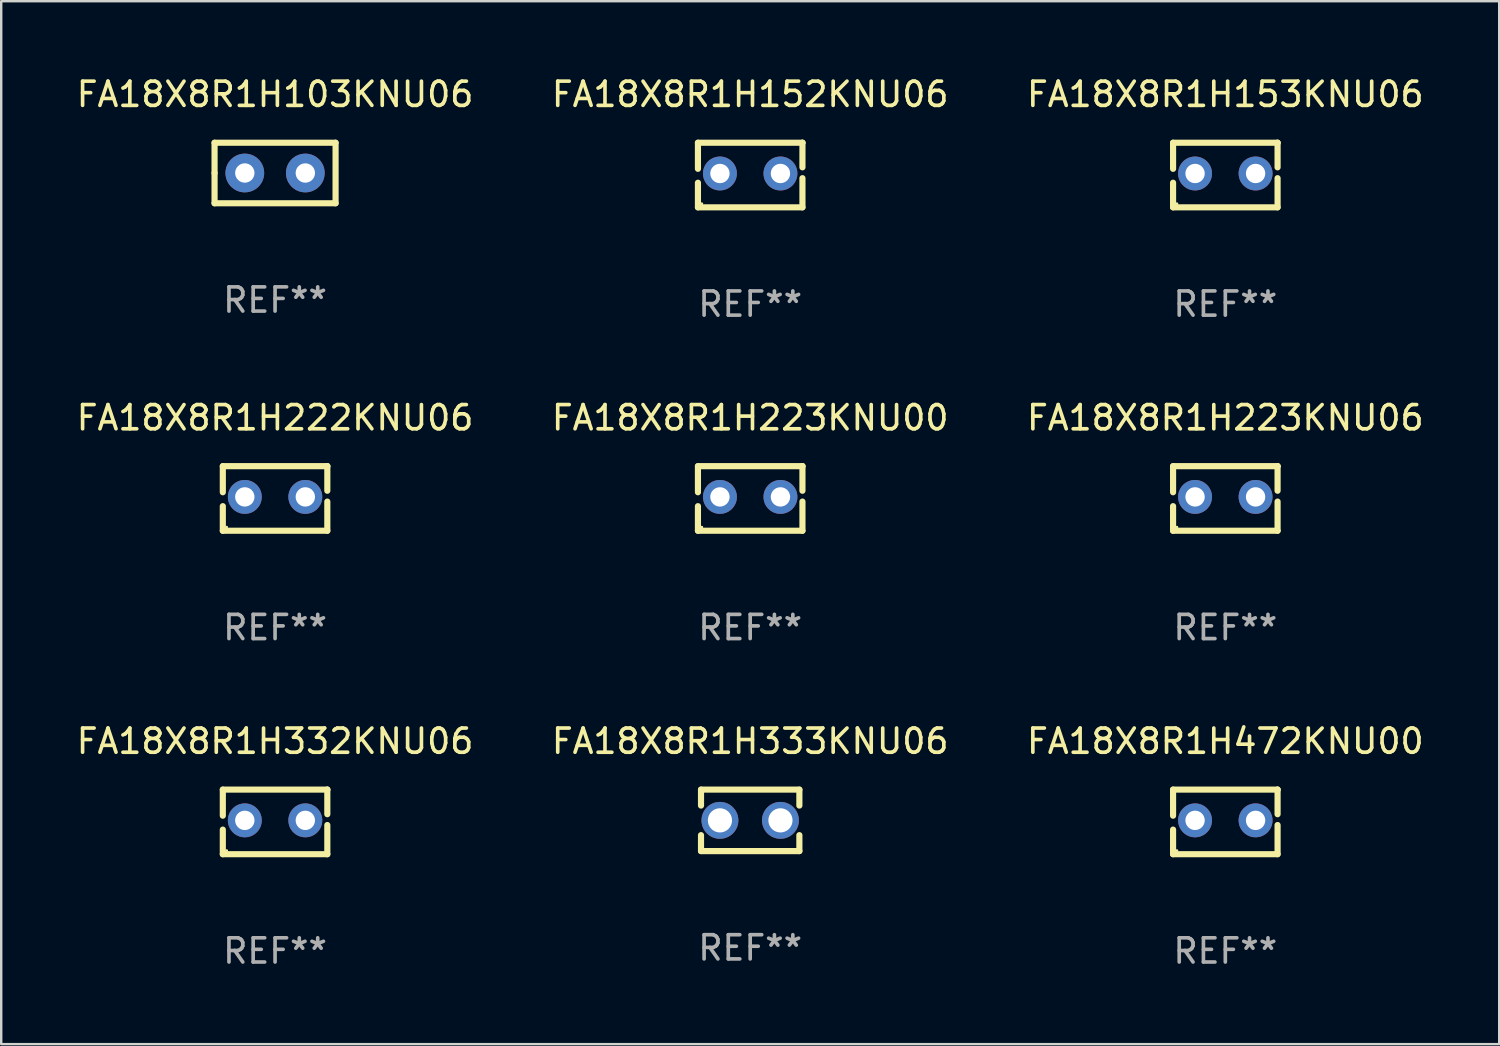
<source format=kicad_pcb>
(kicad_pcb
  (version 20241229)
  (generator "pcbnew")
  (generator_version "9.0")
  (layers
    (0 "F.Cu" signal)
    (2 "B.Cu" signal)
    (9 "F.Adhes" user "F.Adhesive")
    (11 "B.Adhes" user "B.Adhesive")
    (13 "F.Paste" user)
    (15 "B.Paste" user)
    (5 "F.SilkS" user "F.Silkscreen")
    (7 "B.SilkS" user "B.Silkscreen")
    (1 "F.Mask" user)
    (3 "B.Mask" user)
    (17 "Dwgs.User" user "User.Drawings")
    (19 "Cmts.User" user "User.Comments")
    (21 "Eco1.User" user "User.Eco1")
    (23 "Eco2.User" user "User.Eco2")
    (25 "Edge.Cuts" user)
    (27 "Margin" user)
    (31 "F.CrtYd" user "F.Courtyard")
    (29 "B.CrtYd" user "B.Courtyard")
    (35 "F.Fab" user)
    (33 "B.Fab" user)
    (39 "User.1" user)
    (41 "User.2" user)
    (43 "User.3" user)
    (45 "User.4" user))
  (footprint "FA18X8R1H472KNU00"
    (layer "F.Cu")
    (at 47.577 30.909)
    (property "Reference" "FA18X8R1H472KNU00" (at 0 -3.334 0) (layer "F.SilkS") (effects (font (size 1 1) (thickness 0.15))))
    (attr through_hole)
    (fp_line (start -2.159 -1.334) (end 2.159 -1.334) (stroke (width 0.254) (type solid)) (layer "F.SilkS"))
    (fp_line (start -2.159 -0.256) (end -2.159 -1.334) (stroke (width 0.254) (type solid)) (layer "F.SilkS"))
    (fp_line (start -2.159 1.334) (end -2.159 0.318) (stroke (width 0.254) (type solid)) (layer "F.SilkS"))
    (fp_line (start 2.159 -1.334) (end 2.159 -1.334) (stroke (width 0.254) (type solid)) (layer "F.SilkS"))
    (fp_line (start 2.159 -1.334) (end 2.159 -0.318) (stroke (width 0.254) (type solid)) (layer "F.SilkS"))
    (fp_line (start 2.159 0.129) (end 2.159 1.334) (stroke (width 0.254) (type solid)) (layer "F.SilkS"))
    (fp_line (start 2.159 1.334) (end -2.159 1.334) (stroke (width 0.254) (type solid)) (layer "F.SilkS"))
    (fp_circle (center -2 1.186) (end -1.97 1.186) (stroke (width 0.06) (type solid)) (fill no) (layer "F.SilkS"))
    (fp_text user "REF**" (at 0 5.334 0) (layer "F.Fab") (effects (font (size 1 1) (thickness 0.15))))
    (pad "1" thru_hole circle (at -1.25 -0.064) (size 1.4 1.4) (drill 0.8) (layers "*.Cu" "*.Mask"))
    (pad "2" thru_hole circle (at 1.25 -0.064) (size 1.4 1.4) (drill 0.8) (layers "*.Cu" "*.Mask")))
  (footprint "FA18X8R1H223KNU06"
    (layer "F.Cu")
    (at 47.577 17.545)
    (property "Reference" "FA18X8R1H223KNU06" (at 0 -3.334 0) (layer "F.SilkS") (effects (font (size 1 1) (thickness 0.15))))
    (attr through_hole)
    (fp_line (start -2.159 -1.334) (end 2.159 -1.334) (stroke (width 0.254) (type solid)) (layer "F.SilkS"))
    (fp_line (start -2.159 -0.256) (end -2.159 -1.334) (stroke (width 0.254) (type solid)) (layer "F.SilkS"))
    (fp_line (start -2.159 1.334) (end -2.159 0.318) (stroke (width 0.254) (type solid)) (layer "F.SilkS"))
    (fp_line (start 2.159 -1.334) (end 2.159 -1.334) (stroke (width 0.254) (type solid)) (layer "F.SilkS"))
    (fp_line (start 2.159 -1.334) (end 2.159 -0.318) (stroke (width 0.254) (type solid)) (layer "F.SilkS"))
    (fp_line (start 2.159 0.129) (end 2.159 1.334) (stroke (width 0.254) (type solid)) (layer "F.SilkS"))
    (fp_line (start 2.159 1.334) (end -2.159 1.334) (stroke (width 0.254) (type solid)) (layer "F.SilkS"))
    (fp_circle (center -2 1.186) (end -1.97 1.186) (stroke (width 0.06) (type solid)) (fill no) (layer "F.SilkS"))
    (fp_text user "REF**" (at 0 5.334 0) (layer "F.Fab") (effects (font (size 1 1) (thickness 0.15))))
    (pad "1" thru_hole circle (at -1.25 -0.064) (size 1.4 1.4) (drill 0.8) (layers "*.Cu" "*.Mask"))
    (pad "2" thru_hole circle (at 1.25 -0.064) (size 1.4 1.4) (drill 0.8) (layers "*.Cu" "*.Mask")))
  (footprint "FA18X8R1H333KNU06"
    (layer "F.Cu")
    (at 27.946 30.845)
    (property "Reference" "FA18X8R1H333KNU06" (at 0 -3.27 0) (layer "F.SilkS") (effects (font (size 1 1) (thickness 0.15))))
    (attr through_hole)
    (fp_line (start -2.032 -1.27) (end -2.032 -0.611) (stroke (width 0.254) (type solid)) (layer "F.SilkS"))
    (fp_line (start -2.032 0.611) (end -2.032 1.27) (stroke (width 0.254) (type solid)) (layer "F.SilkS"))
    (fp_line (start -2.032 1.27) (end 2.032 1.27) (stroke (width 0.254) (type solid)) (layer "F.SilkS"))
    (fp_line (start 2.032 -1.27) (end -2.032 -1.27) (stroke (width 0.254) (type solid)) (layer "F.SilkS"))
    (fp_line (start 2.032 -0.611) (end 2.032 -1.27) (stroke (width 0.254) (type solid)) (layer "F.SilkS"))
    (fp_line (start 2.032 1.27) (end 2.032 0.611) (stroke (width 0.254) (type solid)) (layer "F.SilkS"))
    (fp_circle (center -2 1.25) (end -1.97 1.25) (stroke (width 0.06) (type solid)) (fill no) (layer "F.SilkS"))
    (fp_text user "REF**" (at 0 5.27 0) (layer "F.Fab") (effects (font (size 1 1) (thickness 0.15))))
    (pad "1" thru_hole circle (at -1.25 0) (size 1.524 1.524) (drill 1) (layers "*.Cu" "*.Mask"))
    (pad "2" thru_hole circle (at 1.25 0) (size 1.524 1.524) (drill 1) (layers "*.Cu" "*.Mask")))
  (footprint "FA18X8R1H153KNU06"
    (layer "F.Cu")
    (at 47.577 4.182)
    (property "Reference" "FA18X8R1H153KNU06" (at 0 -3.334 0) (layer "F.SilkS") (effects (font (size 1 1) (thickness 0.15))))
    (attr through_hole)
    (fp_line (start -2.159 -1.334) (end 2.159 -1.334) (stroke (width 0.254) (type solid)) (layer "F.SilkS"))
    (fp_line (start -2.159 -0.256) (end -2.159 -1.334) (stroke (width 0.254) (type solid)) (layer "F.SilkS"))
    (fp_line (start -2.159 1.334) (end -2.159 0.318) (stroke (width 0.254) (type solid)) (layer "F.SilkS"))
    (fp_line (start 2.159 -1.334) (end 2.159 -1.334) (stroke (width 0.254) (type solid)) (layer "F.SilkS"))
    (fp_line (start 2.159 -1.334) (end 2.159 -0.318) (stroke (width 0.254) (type solid)) (layer "F.SilkS"))
    (fp_line (start 2.159 0.129) (end 2.159 1.334) (stroke (width 0.254) (type solid)) (layer "F.SilkS"))
    (fp_line (start 2.159 1.334) (end -2.159 1.334) (stroke (width 0.254) (type solid)) (layer "F.SilkS"))
    (fp_circle (center -2 1.186) (end -1.97 1.186) (stroke (width 0.06) (type solid)) (fill no) (layer "F.SilkS"))
    (fp_text user "REF**" (at 0 5.334 0) (layer "F.Fab") (effects (font (size 1 1) (thickness 0.15))))
    (pad "1" thru_hole circle (at -1.25 -0.064) (size 1.4 1.4) (drill 0.8) (layers "*.Cu" "*.Mask"))
    (pad "2" thru_hole circle (at 1.25 -0.064) (size 1.4 1.4) (drill 0.8) (layers "*.Cu" "*.Mask")))
  (footprint "FA18X8R1H103KNU06"
    (layer "F.Cu")
    (at 8.315 4.098)
    (property "Reference" "FA18X8R1H103KNU06" (at 0 -3.25 0) (layer "F.SilkS") (effects (font (size 1 1) (thickness 0.15))))
    (attr through_hole)
    (fp_line (start -2.5 -1.25) (end 2.5 -1.25) (stroke (width 0.254) (type solid)) (layer "F.SilkS"))
    (fp_line (start -2.5 0) (end -2.5 -1.25) (stroke (width 0.254) (type solid)) (layer "F.SilkS"))
    (fp_line (start -2.5 1.25) (end -2.5 0) (stroke (width 0.254) (type solid)) (layer "F.SilkS"))
    (fp_line (start 2.5 -1.25) (end 2.5 1.25) (stroke (width 0.254) (type solid)) (layer "F.SilkS"))
    (fp_line (start 2.5 1.25) (end -2.5 1.25) (stroke (width 0.254) (type solid)) (layer "F.SilkS"))
    (fp_circle (center -2.5 1.25) (end -2.47 1.25) (stroke (width 0.06) (type solid)) (fill no) (layer "F.SilkS"))
    (fp_text user "REF**" (at 0 5.25 0) (layer "F.Fab") (effects (font (size 1 1) (thickness 0.15))))
    (pad "1" thru_hole circle (at -1.25 0) (size 1.6 1.6) (drill 0.8) (layers "*.Cu" "*.Mask"))
    (pad "2" thru_hole circle (at 1.25 0) (size 1.6 1.6) (drill 0.8) (layers "*.Cu" "*.Mask")))
  (footprint "FA18X8R1H222KNU06"
    (layer "F.Cu")
    (at 8.315 17.545)
    (property "Reference" "FA18X8R1H222KNU06" (at 0 -3.334 0) (layer "F.SilkS") (effects (font (size 1 1) (thickness 0.15))))
    (attr through_hole)
    (fp_line (start -2.159 -1.334) (end 2.159 -1.334) (stroke (width 0.254) (type solid)) (layer "F.SilkS"))
    (fp_line (start -2.159 -0.256) (end -2.159 -1.334) (stroke (width 0.254) (type solid)) (layer "F.SilkS"))
    (fp_line (start -2.159 1.334) (end -2.159 0.318) (stroke (width 0.254) (type solid)) (layer "F.SilkS"))
    (fp_line (start 2.159 -1.334) (end 2.159 -1.334) (stroke (width 0.254) (type solid)) (layer "F.SilkS"))
    (fp_line (start 2.159 -1.334) (end 2.159 -0.318) (stroke (width 0.254) (type solid)) (layer "F.SilkS"))
    (fp_line (start 2.159 0.129) (end 2.159 1.334) (stroke (width 0.254) (type solid)) (layer "F.SilkS"))
    (fp_line (start 2.159 1.334) (end -2.159 1.334) (stroke (width 0.254) (type solid)) (layer "F.SilkS"))
    (fp_circle (center -2 1.186) (end -1.97 1.186) (stroke (width 0.06) (type solid)) (fill no) (layer "F.SilkS"))
    (fp_text user "REF**" (at 0 5.334 0) (layer "F.Fab") (effects (font (size 1 1) (thickness 0.15))))
    (pad "1" thru_hole circle (at -1.25 -0.064) (size 1.4 1.4) (drill 0.8) (layers "*.Cu" "*.Mask"))
    (pad "2" thru_hole circle (at 1.25 -0.064) (size 1.4 1.4) (drill 0.8) (layers "*.Cu" "*.Mask")))
  (footprint "FA18X8R1H332KNU06"
    (layer "F.Cu")
    (at 8.315 30.909)
    (property "Reference" "FA18X8R1H332KNU06" (at 0 -3.334 0) (layer "F.SilkS") (effects (font (size 1 1) (thickness 0.15))))
    (attr through_hole)
    (fp_line (start -2.159 -1.334) (end 2.159 -1.334) (stroke (width 0.254) (type solid)) (layer "F.SilkS"))
    (fp_line (start -2.159 -0.256) (end -2.159 -1.334) (stroke (width 0.254) (type solid)) (layer "F.SilkS"))
    (fp_line (start -2.159 1.334) (end -2.159 0.318) (stroke (width 0.254) (type solid)) (layer "F.SilkS"))
    (fp_line (start 2.159 -1.334) (end 2.159 -1.334) (stroke (width 0.254) (type solid)) (layer "F.SilkS"))
    (fp_line (start 2.159 -1.334) (end 2.159 -0.318) (stroke (width 0.254) (type solid)) (layer "F.SilkS"))
    (fp_line (start 2.159 0.129) (end 2.159 1.334) (stroke (width 0.254) (type solid)) (layer "F.SilkS"))
    (fp_line (start 2.159 1.334) (end -2.159 1.334) (stroke (width 0.254) (type solid)) (layer "F.SilkS"))
    (fp_circle (center -2 1.186) (end -1.97 1.186) (stroke (width 0.06) (type solid)) (fill no) (layer "F.SilkS"))
    (fp_text user "REF**" (at 0 5.334 0) (layer "F.Fab") (effects (font (size 1 1) (thickness 0.15))))
    (pad "1" thru_hole circle (at -1.25 -0.064) (size 1.4 1.4) (drill 0.8) (layers "*.Cu" "*.Mask"))
    (pad "2" thru_hole circle (at 1.25 -0.064) (size 1.4 1.4) (drill 0.8) (layers "*.Cu" "*.Mask")))
  (footprint "FA18X8R1H223KNU00"
    (layer "F.Cu")
    (at 27.946 17.545)
    (property "Reference" "FA18X8R1H223KNU00" (at 0 -3.334 0) (layer "F.SilkS") (effects (font (size 1 1) (thickness 0.15))))
    (attr through_hole)
    (fp_line (start -2.159 -1.334) (end 2.159 -1.334) (stroke (width 0.254) (type solid)) (layer "F.SilkS"))
    (fp_line (start -2.159 -0.256) (end -2.159 -1.334) (stroke (width 0.254) (type solid)) (layer "F.SilkS"))
    (fp_line (start -2.159 1.334) (end -2.159 0.318) (stroke (width 0.254) (type solid)) (layer "F.SilkS"))
    (fp_line (start 2.159 -1.334) (end 2.159 -1.334) (stroke (width 0.254) (type solid)) (layer "F.SilkS"))
    (fp_line (start 2.159 -1.334) (end 2.159 -0.318) (stroke (width 0.254) (type solid)) (layer "F.SilkS"))
    (fp_line (start 2.159 0.129) (end 2.159 1.334) (stroke (width 0.254) (type solid)) (layer "F.SilkS"))
    (fp_line (start 2.159 1.334) (end -2.159 1.334) (stroke (width 0.254) (type solid)) (layer "F.SilkS"))
    (fp_circle (center -2 1.186) (end -1.97 1.186) (stroke (width 0.06) (type solid)) (fill no) (layer "F.SilkS"))
    (fp_text user "REF**" (at 0 5.334 0) (layer "F.Fab") (effects (font (size 1 1) (thickness 0.15))))
    (pad "1" thru_hole circle (at -1.25 -0.064) (size 1.4 1.4) (drill 0.8) (layers "*.Cu" "*.Mask"))
    (pad "2" thru_hole circle (at 1.25 -0.064) (size 1.4 1.4) (drill 0.8) (layers "*.Cu" "*.Mask")))
  (footprint "FA18X8R1H152KNU06"
    (layer "F.Cu")
    (at 27.946 4.182)
    (property "Reference" "FA18X8R1H152KNU06" (at 0 -3.334 0) (layer "F.SilkS") (effects (font (size 1 1) (thickness 0.15))))
    (attr through_hole)
    (fp_line (start -2.159 -1.334) (end 2.159 -1.334) (stroke (width 0.254) (type solid)) (layer "F.SilkS"))
    (fp_line (start -2.159 -0.256) (end -2.159 -1.334) (stroke (width 0.254) (type solid)) (layer "F.SilkS"))
    (fp_line (start -2.159 1.334) (end -2.159 0.318) (stroke (width 0.254) (type solid)) (layer "F.SilkS"))
    (fp_line (start 2.159 -1.334) (end 2.159 -1.334) (stroke (width 0.254) (type solid)) (layer "F.SilkS"))
    (fp_line (start 2.159 -1.334) (end 2.159 -0.318) (stroke (width 0.254) (type solid)) (layer "F.SilkS"))
    (fp_line (start 2.159 0.129) (end 2.159 1.334) (stroke (width 0.254) (type solid)) (layer "F.SilkS"))
    (fp_line (start 2.159 1.334) (end -2.159 1.334) (stroke (width 0.254) (type solid)) (layer "F.SilkS"))
    (fp_circle (center -2 1.186) (end -1.97 1.186) (stroke (width 0.06) (type solid)) (fill no) (layer "F.SilkS"))
    (fp_text user "REF**" (at 0 5.334 0) (layer "F.Fab") (effects (font (size 1 1) (thickness 0.15))))
    (pad "1" thru_hole circle (at -1.25 -0.064) (size 1.4 1.4) (drill 0.8) (layers "*.Cu" "*.Mask"))
    (pad "2" thru_hole circle (at 1.25 -0.064) (size 1.4 1.4) (drill 0.8) (layers "*.Cu" "*.Mask")))
  (gr_rect
    (start -3 -3)
    (end 58.893 40.091)
    (stroke (width 0.1) (type default))
    (fill no)
    (layer "Edge.Cuts")))
</source>
